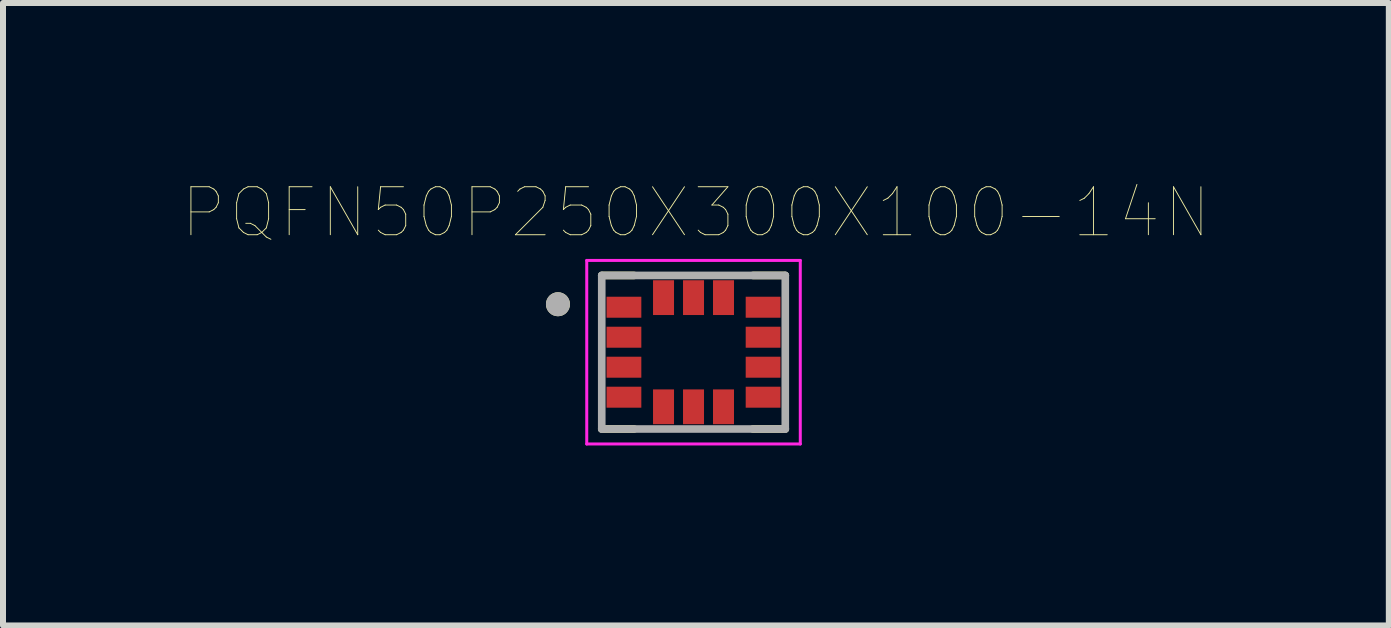
<source format=kicad_pcb>
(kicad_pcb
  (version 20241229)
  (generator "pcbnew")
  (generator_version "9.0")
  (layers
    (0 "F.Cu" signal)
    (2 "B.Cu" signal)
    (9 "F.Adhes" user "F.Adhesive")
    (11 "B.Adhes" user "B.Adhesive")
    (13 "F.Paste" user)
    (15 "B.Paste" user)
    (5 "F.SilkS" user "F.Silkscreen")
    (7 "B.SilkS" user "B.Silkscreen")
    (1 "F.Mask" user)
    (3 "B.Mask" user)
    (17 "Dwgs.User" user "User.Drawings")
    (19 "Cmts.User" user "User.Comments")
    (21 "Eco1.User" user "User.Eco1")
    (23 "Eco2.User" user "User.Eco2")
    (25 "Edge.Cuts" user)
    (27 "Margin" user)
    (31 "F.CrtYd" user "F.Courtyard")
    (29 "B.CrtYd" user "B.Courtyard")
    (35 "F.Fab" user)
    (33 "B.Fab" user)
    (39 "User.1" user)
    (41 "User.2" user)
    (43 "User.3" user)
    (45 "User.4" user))
  (footprint "PQFN50P250X300X100-14N"
    (layer "F.Cu")
    (at 8.512 2.822)
    (property "Reference" "PQFN50P250X300X100-14N" (at 0.04 -2.328 0) (layer "F.SilkS") (effects (font (size 0.8 0.8) (thickness 0.015))))
    (attr through_hole)
    (fp_line (start -1.53 -1.28) (end -0.99 -1.28) (stroke (width 0.127) (type solid)) (layer "F.SilkS"))
    (fp_line (start -1.53 1.28) (end -0.99 1.28) (stroke (width 0.127) (type solid)) (layer "F.SilkS"))
    (fp_line (start 1.53 -1.28) (end 0.99 -1.28) (stroke (width 0.127) (type solid)) (layer "F.SilkS"))
    (fp_line (start 1.53 1.28) (end 0.99 1.28) (stroke (width 0.127) (type solid)) (layer "F.SilkS"))
    (fp_circle (center -2.26 -0.8) (end -2.16 -0.8) (stroke (width 0.2) (type solid)) (fill no) (layer "F.SilkS"))
    (fp_line (start -1.78 -1.53) (end 1.78 -1.53) (stroke (width 0.05) (type solid)) (layer "F.CrtYd"))
    (fp_line (start -1.78 1.53) (end -1.78 -1.53) (stroke (width 0.05) (type solid)) (layer "F.CrtYd"))
    (fp_line (start 1.78 -1.53) (end 1.78 1.53) (stroke (width 0.05) (type solid)) (layer "F.CrtYd"))
    (fp_line (start 1.78 1.53) (end -1.78 1.53) (stroke (width 0.05) (type solid)) (layer "F.CrtYd"))
    (fp_line (start -1.53 -1.28) (end -1.53 1.28) (stroke (width 0.127) (type solid)) (layer "F.Fab"))
    (fp_line (start -1.53 1.28) (end 1.53 1.28) (stroke (width 0.127) (type solid)) (layer "F.Fab"))
    (fp_line (start 1.53 -1.28) (end -1.53 -1.28) (stroke (width 0.127) (type solid)) (layer "F.Fab"))
    (fp_line (start 1.53 1.28) (end 1.53 -1.28) (stroke (width 0.127) (type solid)) (layer "F.Fab"))
    (fp_circle (center -2.26 -0.8) (end -2.16 -0.8) (stroke (width 0.2) (type solid)) (fill no) (layer "F.Fab"))
    (pad "1" smd rect (at -1.16 -0.75) (size 0.58 0.35) (layers "F.Cu" "F.Mask" "F.Paste"))
    (pad "2" smd rect (at -1.16 -0.25) (size 0.58 0.35) (layers "F.Cu" "F.Mask" "F.Paste"))
    (pad "3" smd rect (at -1.16 0.25) (size 0.58 0.35) (layers "F.Cu" "F.Mask" "F.Paste"))
    (pad "4" smd rect (at -1.16 0.75) (size 0.58 0.35) (layers "F.Cu" "F.Mask" "F.Paste"))
    (pad "5" smd rect (at -0.5 0.91) (size 0.35 0.58) (layers "F.Cu" "F.Mask" "F.Paste"))
    (pad "6" smd rect (at 0 0.91) (size 0.35 0.58) (layers "F.Cu" "F.Mask" "F.Paste"))
    (pad "7" smd rect (at 0.5 0.91) (size 0.35 0.58) (layers "F.Cu" "F.Mask" "F.Paste"))
    (pad "8" smd rect (at 1.16 0.75) (size 0.58 0.35) (layers "F.Cu" "F.Mask" "F.Paste"))
    (pad "9" smd rect (at 1.16 0.25) (size 0.58 0.35) (layers "F.Cu" "F.Mask" "F.Paste"))
    (pad "10" smd rect (at 1.16 -0.25) (size 0.58 0.35) (layers "F.Cu" "F.Mask" "F.Paste"))
    (pad "11" smd rect (at 1.16 -0.75) (size 0.58 0.35) (layers "F.Cu" "F.Mask" "F.Paste"))
    (pad "12" smd rect (at 0.5 -0.91) (size 0.35 0.58) (layers "F.Cu" "F.Mask" "F.Paste"))
    (pad "13" smd rect (at 0 -0.91) (size 0.35 0.58) (layers "F.Cu" "F.Mask" "F.Paste"))
    (pad "14" smd rect (at -0.5 -0.91) (size 0.35 0.58) (layers "F.Cu" "F.Mask" "F.Paste")))
  (gr_rect
    (start -3 -3)
    (end 20.104 7.377)
    (stroke (width 0.1) (type default))
    (fill no)
    (layer "Edge.Cuts")))
</source>
